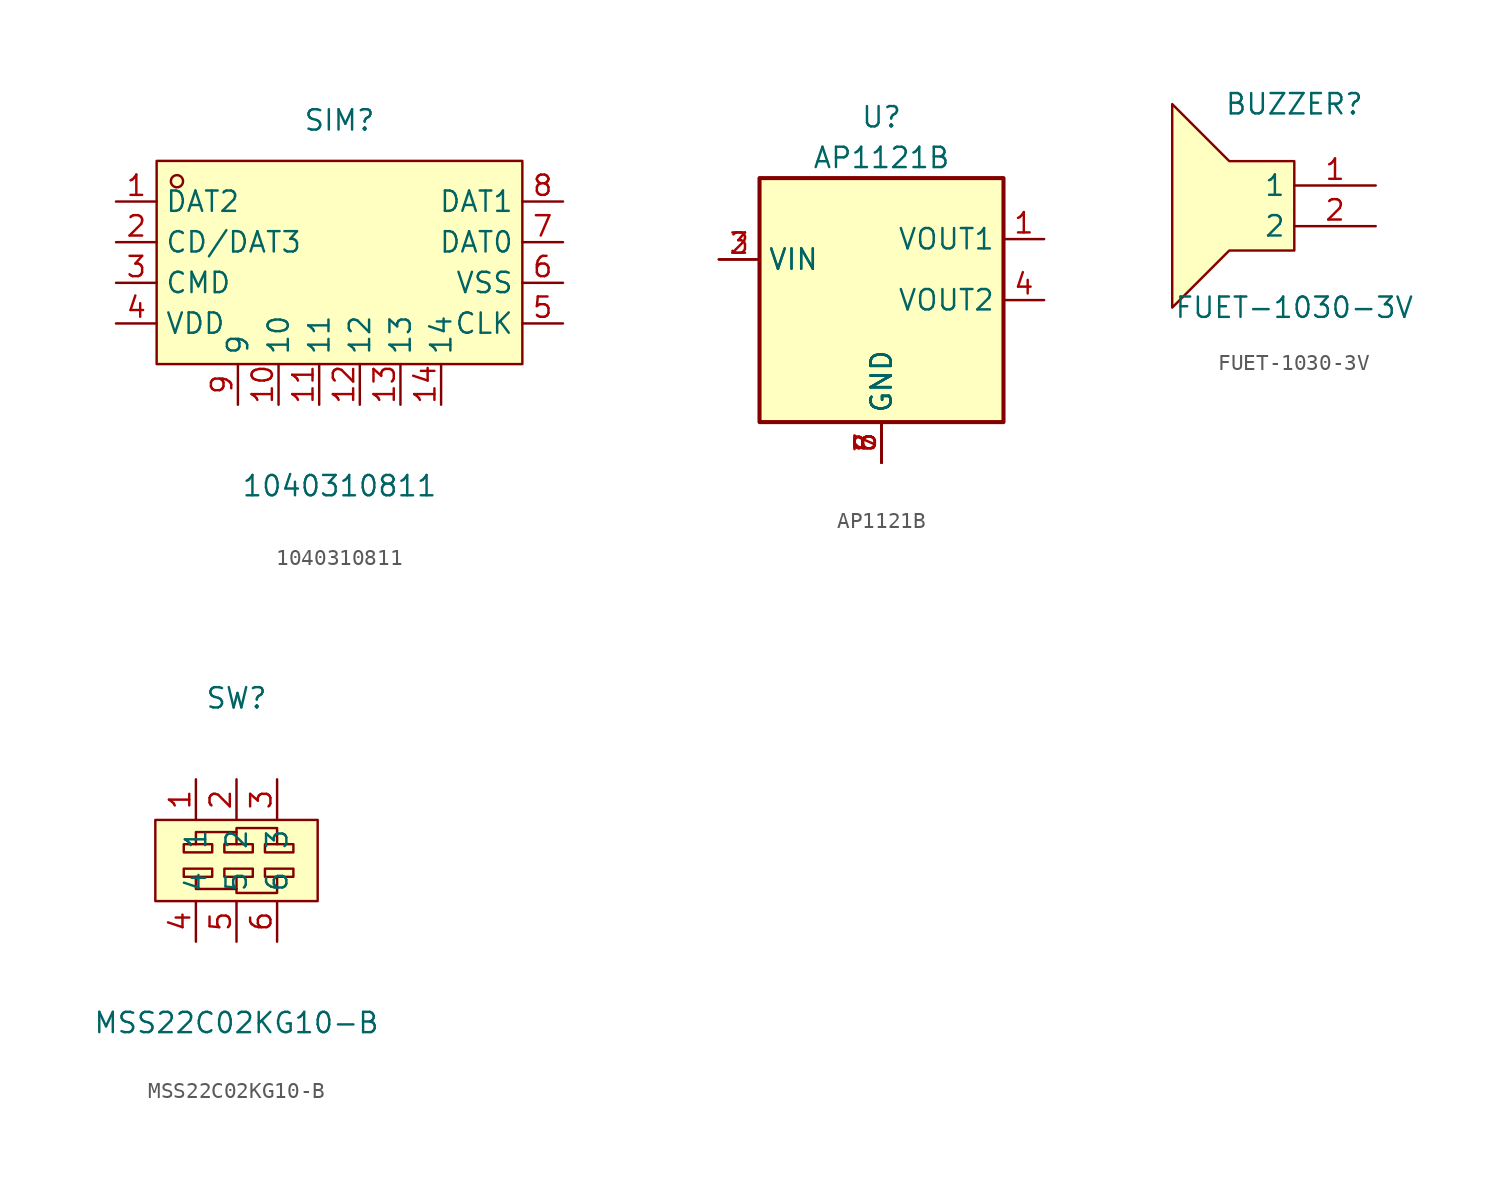
<source format=kicad_sym>
(kicad_symbol_lib
  (version 20241209)
  (generator "kicad_symbol_editor")
  (generator_version "9.0")
  (symbol "1040310811"
    (property "Reference" "SIM"
      (at 0 8.89 0)
      (effects (font (size 1.27 1.27))))
    (property "Value" "1040310811"
      (at 0 -13.97 0)
      (effects (font (size 1.27 1.27))))
    (symbol "1040310811_0_1"
      (rectangle (start -11.43 6.35) (end 11.43 -6.35) (stroke (width 0) (type default)) (fill (type background)))
      (circle (center -10.16 5.08) (radius 0.38) (stroke (width 0) (type default)) (fill (type none)))
      (pin unspecified line (at -13.97 3.81 0) (length 2.54) (name "DAT2" (effects (font (size 1.27 1.27)))) (number "1" (effects (font (size 1.27 1.27)))))
      (pin unspecified line (at -13.97 1.27 0) (length 2.54) (name "CD/DAT3" (effects (font (size 1.27 1.27)))) (number "2" (effects (font (size 1.27 1.27)))))
      (pin unspecified line (at -13.97 -1.27 0) (length 2.54) (name "CMD" (effects (font (size 1.27 1.27)))) (number "3" (effects (font (size 1.27 1.27)))))
      (pin unspecified line (at -13.97 -3.81 0) (length 2.54) (name "VDD" (effects (font (size 1.27 1.27)))) (number "4" (effects (font (size 1.27 1.27)))))
      (pin unspecified line (at -6.35 -8.89 90) (length 2.54) (name "9" (effects (font (size 1.27 1.27)))) (number "9" (effects (font (size 1.27 1.27)))))
      (pin unspecified line (at -3.81 -8.89 90) (length 2.54) (name "10" (effects (font (size 1.27 1.27)))) (number "10" (effects (font (size 1.27 1.27)))))
      (pin unspecified line (at -1.27 -8.89 90) (length 2.54) (name "11" (effects (font (size 1.27 1.27)))) (number "11" (effects (font (size 1.27 1.27)))))
      (pin unspecified line (at 1.27 -8.89 90) (length 2.54) (name "12" (effects (font (size 1.27 1.27)))) (number "12" (effects (font (size 1.27 1.27)))))
      (pin unspecified line (at 3.81 -8.89 90) (length 2.54) (name "13" (effects (font (size 1.27 1.27)))) (number "13" (effects (font (size 1.27 1.27)))))
      (pin unspecified line (at 6.35 -8.89 90) (length 2.54) (name "14" (effects (font (size 1.27 1.27)))) (number "14" (effects (font (size 1.27 1.27)))))
      (pin unspecified line (at 13.97 3.81 180) (length 2.54) (name "DAT1" (effects (font (size 1.27 1.27)))) (number "8" (effects (font (size 1.27 1.27)))))
      (pin unspecified line (at 13.97 1.27 180) (length 2.54) (name "DAT0" (effects (font (size 1.27 1.27)))) (number "7" (effects (font (size 1.27 1.27)))))
      (pin unspecified line (at 13.97 -1.27 180) (length 2.54) (name "VSS" (effects (font (size 1.27 1.27)))) (number "6" (effects (font (size 1.27 1.27)))))
      (pin unspecified line (at 13.97 -3.81 180) (length 2.54) (name "CLK" (effects (font (size 1.27 1.27)))) (number "5" (effects (font (size 1.27 1.27)))))))
  (symbol "AP1121B"
    (property "Reference" "U"
      (at 0 8.89 0)
      (effects (font (size 1.27 1.27))))
    (property "Value" "AP1121B"
      (at 0 6.35 0)
      (effects (font (size 1.27 1.27))))
    (symbol "AP1121B_0_1"
      (rectangle (start -7.62 5.08) (end 7.62 -10.16) (stroke (width 0.254) (type default)) (fill (type background))))
    (symbol "AP1121B_1_1"
      (pin power_in line (at -10.16 0 0) (length 2.54) (name "VIN" (effects (font (size 1.27 1.27)))) (number "2" (effects (font (size 1.27 1.27)))))
      (pin power_in line (at -10.16 0 0) (length 2.54) (name "VIN" (effects (font (size 1.27 1.27)))) (number "3" (effects (font (size 1.27 1.27)))))
      (pin power_in line (at 0 -12.7 90) (length 2.54) (name "GND" (effects (font (size 1.27 1.27)))) (number "5" (effects (font (size 1.27 1.27)))))
      (pin power_in line (at 0 -12.7 90) (length 2.54) (name "GND" (effects (font (size 1.27 1.27)))) (number "6" (effects (font (size 1.27 1.27)))))
      (pin power_in line (at 0 -12.7 90) (length 2.54) (name "GND" (effects (font (size 1.27 1.27)))) (number "7" (effects (font (size 1.27 1.27)))))
      (pin power_in line (at 0 -12.7 90) (length 2.54) (name "GND" (effects (font (size 1.27 1.27)))) (number "8" (effects (font (size 1.27 1.27)))))
      (pin passive line (at 0 -12.7 90) (length 2.54) (hide yes) (name "GND" (effects (font (size 1.27 1.27)))) (number "9" (effects (font (size 1.27 1.27)))))
      (pin power_out line (at 10.16 1.27 180) (length 2.54) (name "VOUT1" (effects (font (size 1.27 1.27)))) (number "1" (effects (font (size 1.27 1.27)))))
      (pin power_out line (at 10.16 -2.54 180) (length 2.54) (name "VOUT2" (effects (font (size 1.27 1.27)))) (number "4" (effects (font (size 1.27 1.27)))))))
  (symbol "FUET-1030-3V"
    (property "Reference" "BUZZER"
      (at 0 7.62 0)
      (effects (font (size 1.27 1.27))))
    (property "Value" "FUET-1030-3V"
      (at 0 -5.08 0)
      (effects (font (size 1.27 1.27))))
    (symbol "FUET-1030-3V_0_1"
      (polyline (pts (xy -4.06 -1.52) (xy 0 -1.52) (xy 0 4.06) (xy -4.06 4.06) (xy -7.62 7.62) (xy -7.62 -5.08) (xy -4.06 -1.52)) (stroke (width 0) (type default)) (fill (type background)))
      (pin unspecified line (at 5.08 2.54 180) (length 5.08) (name "1" (effects (font (size 1.27 1.27)))) (number "1" (effects (font (size 1.27 1.27)))))
      (pin unspecified line (at 5.08 0 180) (length 5.08) (name "2" (effects (font (size 1.27 1.27)))) (number "2" (effects (font (size 1.27 1.27)))))))
  (symbol "MSS22C02KG10-B"
    (property "Reference" "SW"
      (at 0 10.16 0)
      (effects (font (size 1.27 1.27))))
    (property "Value" "MSS22C02KG10-B"
      (at 0 -10.16 0)
      (effects (font (size 1.27 1.27))))
    (symbol "MSS22C02KG10-B_0_1"
      (rectangle (start -5.08 2.54) (end 5.08 -2.54) (stroke (width 0) (type default)) (fill (type background)))
      (rectangle (start -3.3 1.02) (end -1.52 0.51) (stroke (width 0) (type default)) (fill (type background)))
      (rectangle (start -3.3 -0.51) (end -1.52 -1.02) (stroke (width 0) (type default)) (fill (type background)))
      (rectangle (start -0.76 1.02) (end 1.02 0.51) (stroke (width 0) (type default)) (fill (type background)))
      (rectangle (start -0.76 -0.51) (end 1.02 -1.02) (stroke (width 0) (type default)) (fill (type background)))
      (polyline (pts (xy 0 1.78) (xy -2.54 1.78) (xy -2.54 1.02)) (stroke (width 0) (type default)) (fill (type none)))
      (polyline (pts (xy 0 -1.78) (xy -2.54 -1.78) (xy -2.54 -1.02)) (stroke (width 0) (type default)) (fill (type none)))
      (rectangle (start 1.78 1.02) (end 3.56 0.51) (stroke (width 0) (type default)) (fill (type background)))
      (rectangle (start 1.78 -0.51) (end 3.56 -1.02) (stroke (width 0) (type default)) (fill (type background)))
      (polyline (pts (xy 2.54 1.02) (xy 2.54 2.03) (xy 0 2.03) (xy 0 1.02)) (stroke (width 0) (type default)) (fill (type none)))
      (polyline (pts (xy 2.54 -1.02) (xy 2.54 -2.03) (xy 0 -2.03) (xy 0 -1.02)) (stroke (width 0) (type default)) (fill (type none)))
      (pin unspecified line (at -2.54 5.08 270) (length 2.54) (name "1" (effects (font (size 1.27 1.27)))) (number "1" (effects (font (size 1.27 1.27)))))
      (pin unspecified line (at -2.54 -5.08 90) (length 2.54) (name "4" (effects (font (size 1.27 1.27)))) (number "4" (effects (font (size 1.27 1.27)))))
      (pin unspecified line (at 0 5.08 270) (length 2.54) (name "2" (effects (font (size 1.27 1.27)))) (number "2" (effects (font (size 1.27 1.27)))))
      (pin unspecified line (at 0 -5.08 90) (length 2.54) (name "5" (effects (font (size 1.27 1.27)))) (number "5" (effects (font (size 1.27 1.27)))))
      (pin unspecified line (at 2.54 5.08 270) (length 2.54) (name "3" (effects (font (size 1.27 1.27)))) (number "3" (effects (font (size 1.27 1.27)))))
      (pin unspecified line (at 2.54 -5.08 90) (length 2.54) (name "6" (effects (font (size 1.27 1.27)))) (number "6" (effects (font (size 1.27 1.27))))))))
</source>
